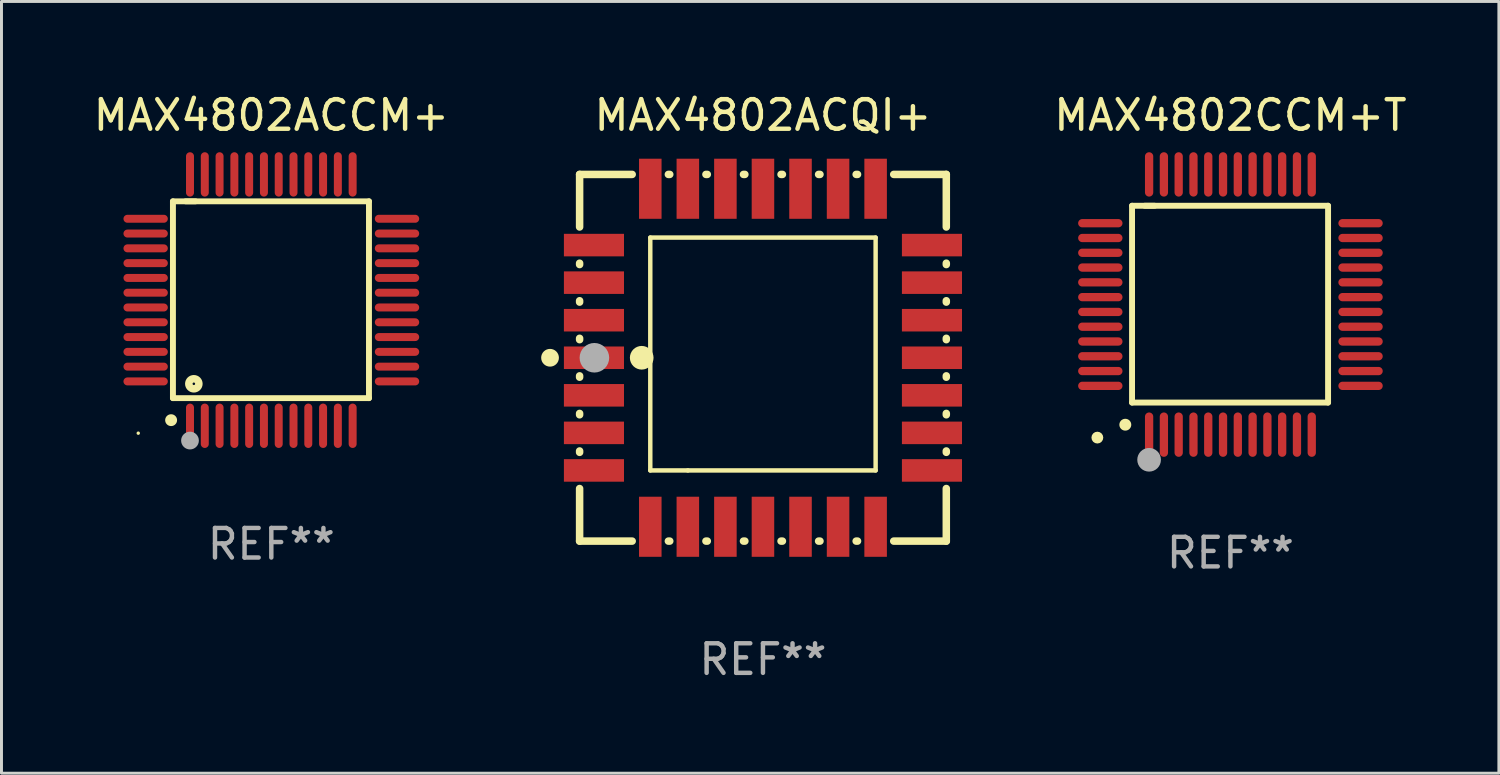
<source format=kicad_pcb>
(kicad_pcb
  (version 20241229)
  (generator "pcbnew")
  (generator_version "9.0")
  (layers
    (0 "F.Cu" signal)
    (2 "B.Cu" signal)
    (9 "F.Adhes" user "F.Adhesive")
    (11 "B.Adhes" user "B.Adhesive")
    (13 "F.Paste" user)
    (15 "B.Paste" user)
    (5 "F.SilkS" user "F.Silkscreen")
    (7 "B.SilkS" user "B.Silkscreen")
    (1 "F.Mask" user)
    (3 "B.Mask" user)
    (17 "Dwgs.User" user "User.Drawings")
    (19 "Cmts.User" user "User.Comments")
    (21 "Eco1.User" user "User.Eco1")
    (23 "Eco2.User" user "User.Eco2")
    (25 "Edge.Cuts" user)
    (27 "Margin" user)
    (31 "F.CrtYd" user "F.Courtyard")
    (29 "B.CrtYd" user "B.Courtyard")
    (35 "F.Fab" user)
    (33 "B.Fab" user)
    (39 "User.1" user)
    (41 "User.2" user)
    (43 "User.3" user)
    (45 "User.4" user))
  (footprint "MAX4802ACQI+"
    (layer "F.Cu")
    (at 22.75 9.048)
    (property "Reference" "MAX4802ACQI+" (at 0 -8.2 0) (layer "F.SilkS") (effects (font (size 1 1) (thickness 0.15))))
    (attr through_hole)
    (fp_line (start -6.2 -6.2) (end -4.422 -6.2) (stroke (width 0.254) (type solid)) (layer "F.SilkS"))
    (fp_line (start -6.2 -4.422) (end -6.2 -6.2) (stroke (width 0.254) (type solid)) (layer "F.SilkS"))
    (fp_line (start -6.2 -3.152) (end -6.2 -3.198) (stroke (width 0.254) (type solid)) (layer "F.SilkS"))
    (fp_line (start -6.2 -1.882) (end -6.2 -1.928) (stroke (width 0.254) (type solid)) (layer "F.SilkS"))
    (fp_line (start -6.2 -0.612) (end -6.2 -0.658) (stroke (width 0.254) (type solid)) (layer "F.SilkS"))
    (fp_line (start -6.2 0.658) (end -6.2 0.612) (stroke (width 0.254) (type solid)) (layer "F.SilkS"))
    (fp_line (start -6.2 1.928) (end -6.2 1.882) (stroke (width 0.254) (type solid)) (layer "F.SilkS"))
    (fp_line (start -6.2 3.198) (end -6.2 3.152) (stroke (width 0.254) (type solid)) (layer "F.SilkS"))
    (fp_line (start -6.2 6.2) (end -6.2 4.422) (stroke (width 0.254) (type solid)) (layer "F.SilkS"))
    (fp_line (start -4.422 6.2) (end -6.2 6.2) (stroke (width 0.254) (type solid)) (layer "F.SilkS"))
    (fp_line (start -3.81 -4.064) (end 3.81 -4.064) (stroke (width 0.15) (type solid)) (layer "F.SilkS"))
    (fp_line (start -3.81 3.81) (end -3.81 -4.064) (stroke (width 0.15) (type solid)) (layer "F.SilkS"))
    (fp_line (start -3.198 -6.2) (end -3.152 -6.2) (stroke (width 0.254) (type solid)) (layer "F.SilkS"))
    (fp_line (start -3.152 6.2) (end -3.198 6.2) (stroke (width 0.254) (type solid)) (layer "F.SilkS"))
    (fp_line (start -2.54 3.81) (end -3.81 3.81) (stroke (width 0.15) (type solid)) (layer "F.SilkS"))
    (fp_line (start -1.928 -6.2) (end -1.882 -6.2) (stroke (width 0.254) (type solid)) (layer "F.SilkS"))
    (fp_line (start -1.882 6.2) (end -1.928 6.2) (stroke (width 0.254) (type solid)) (layer "F.SilkS"))
    (fp_line (start -0.658 -6.2) (end -0.612 -6.2) (stroke (width 0.254) (type solid)) (layer "F.SilkS"))
    (fp_line (start -0.612 6.2) (end -0.658 6.2) (stroke (width 0.254) (type solid)) (layer "F.SilkS"))
    (fp_line (start 0.612 -6.2) (end 0.658 -6.2) (stroke (width 0.254) (type solid)) (layer "F.SilkS"))
    (fp_line (start 0.658 6.2) (end 0.612 6.2) (stroke (width 0.254) (type solid)) (layer "F.SilkS"))
    (fp_line (start 1.882 -6.2) (end 1.928 -6.2) (stroke (width 0.254) (type solid)) (layer "F.SilkS"))
    (fp_line (start 1.928 6.2) (end 1.882 6.2) (stroke (width 0.254) (type solid)) (layer "F.SilkS"))
    (fp_line (start 3.152 -6.2) (end 3.198 -6.2) (stroke (width 0.254) (type solid)) (layer "F.SilkS"))
    (fp_line (start 3.198 6.2) (end 3.152 6.2) (stroke (width 0.254) (type solid)) (layer "F.SilkS"))
    (fp_line (start 3.81 -4.064) (end 3.81 3.81) (stroke (width 0.15) (type solid)) (layer "F.SilkS"))
    (fp_line (start 3.81 3.81) (end -2.54 3.81) (stroke (width 0.15) (type solid)) (layer "F.SilkS"))
    (fp_line (start 4.422 -6.2) (end 6.2 -6.2) (stroke (width 0.254) (type solid)) (layer "F.SilkS"))
    (fp_line (start 6.2 -6.2) (end 6.2 -4.422) (stroke (width 0.254) (type solid)) (layer "F.SilkS"))
    (fp_line (start 6.2 -3.198) (end 6.2 -3.152) (stroke (width 0.254) (type solid)) (layer "F.SilkS"))
    (fp_line (start 6.2 -1.928) (end 6.2 -1.882) (stroke (width 0.254) (type solid)) (layer "F.SilkS"))
    (fp_line (start 6.2 -0.658) (end 6.2 -0.612) (stroke (width 0.254) (type solid)) (layer "F.SilkS"))
    (fp_line (start 6.2 0.612) (end 6.2 0.658) (stroke (width 0.254) (type solid)) (layer "F.SilkS"))
    (fp_line (start 6.2 1.882) (end 6.2 1.928) (stroke (width 0.254) (type solid)) (layer "F.SilkS"))
    (fp_line (start 6.2 3.152) (end 6.2 3.198) (stroke (width 0.254) (type solid)) (layer "F.SilkS"))
    (fp_line (start 6.2 4.422) (end 6.2 6.2) (stroke (width 0.254) (type solid)) (layer "F.SilkS"))
    (fp_line (start 6.2 6.2) (end 4.422 6.2) (stroke (width 0.254) (type solid)) (layer "F.SilkS"))
    (fp_circle (center -7.2 0) (end -7.05 0) (stroke (width 0.3) (type solid)) (fill no) (layer "F.SilkS"))
    (fp_circle (center -6.223 6.223) (end -6.193 6.223) (stroke (width 0.06) (type solid)) (fill no) (layer "F.SilkS"))
    (fp_circle (center -4.1 0) (end -3.9 0) (stroke (width 0.4) (type solid)) (fill no) (layer "F.SilkS"))
    (fp_circle (center -5.7 0) (end -5.45 0) (stroke (width 0.5) (type solid)) (fill no) (layer "F.Fab"))
    (fp_text user "REF**" (at 0 10.2 0) (layer "F.Fab") (effects (font (size 1 1) (thickness 0.15))))
    (pad "1" smd rect (at -5.715 0) (size 2.032 0.762) (layers "F.Cu" "F.Mask" "F.Paste"))
    (pad "2" smd rect (at -5.715 1.27) (size 2.032 0.762) (layers "F.Cu" "F.Mask" "F.Paste"))
    (pad "3" smd rect (at -5.715 2.54) (size 2.032 0.762) (layers "F.Cu" "F.Mask" "F.Paste"))
    (pad "4" smd rect (at -5.715 3.81) (size 2.032 0.762) (layers "F.Cu" "F.Mask" "F.Paste"))
    (pad "5" smd rect (at -3.81 5.715) (size 0.762 2.032) (layers "F.Cu" "F.Mask" "F.Paste"))
    (pad "6" smd rect (at -2.54 5.715) (size 0.762 2.032) (layers "F.Cu" "F.Mask" "F.Paste"))
    (pad "7" smd rect (at -1.27 5.715) (size 0.762 2.032) (layers "F.Cu" "F.Mask" "F.Paste"))
    (pad "8" smd rect (at 0 5.715) (size 0.762 2.032) (layers "F.Cu" "F.Mask" "F.Paste"))
    (pad "9" smd rect (at 1.27 5.715) (size 0.762 2.032) (layers "F.Cu" "F.Mask" "F.Paste"))
    (pad "10" smd rect (at 2.54 5.715) (size 0.762 2.032) (layers "F.Cu" "F.Mask" "F.Paste"))
    (pad "11" smd rect (at 3.81 5.715) (size 0.762 2.032) (layers "F.Cu" "F.Mask" "F.Paste"))
    (pad "12" smd rect (at 5.715 3.81) (size 2.032 0.762) (layers "F.Cu" "F.Mask" "F.Paste"))
    (pad "13" smd rect (at 5.715 2.54) (size 2.032 0.762) (layers "F.Cu" "F.Mask" "F.Paste"))
    (pad "14" smd rect (at 5.715 1.27) (size 2.032 0.762) (layers "F.Cu" "F.Mask" "F.Paste"))
    (pad "15" smd rect (at 5.715 0) (size 2.032 0.762) (layers "F.Cu" "F.Mask" "F.Paste"))
    (pad "16" smd rect (at 5.715 -1.27) (size 2.032 0.762) (layers "F.Cu" "F.Mask" "F.Paste"))
    (pad "17" smd rect (at 5.715 -2.54) (size 2.032 0.762) (layers "F.Cu" "F.Mask" "F.Paste"))
    (pad "18" smd rect (at 5.715 -3.81) (size 2.032 0.762) (layers "F.Cu" "F.Mask" "F.Paste"))
    (pad "19" smd rect (at 3.81 -5.715) (size 0.762 2.032) (layers "F.Cu" "F.Mask" "F.Paste"))
    (pad "20" smd rect (at 2.54 -5.715) (size 0.762 2.032) (layers "F.Cu" "F.Mask" "F.Paste"))
    (pad "21" smd rect (at 1.27 -5.715) (size 0.762 2.032) (layers "F.Cu" "F.Mask" "F.Paste"))
    (pad "22" smd rect (at 0 -5.715) (size 0.762 2.032) (layers "F.Cu" "F.Mask" "F.Paste"))
    (pad "23" smd rect (at -1.27 -5.715) (size 0.762 2.032) (layers "F.Cu" "F.Mask" "F.Paste"))
    (pad "24" smd rect (at -2.54 -5.715) (size 0.762 2.032) (layers "F.Cu" "F.Mask" "F.Paste"))
    (pad "25" smd rect (at -3.81 -5.715) (size 0.762 2.032) (layers "F.Cu" "F.Mask" "F.Paste"))
    (pad "26" smd rect (at -5.715 -3.81) (size 2.032 0.762) (layers "F.Cu" "F.Mask" "F.Paste"))
    (pad "27" smd rect (at -5.715 -2.54) (size 2.032 0.762) (layers "F.Cu" "F.Mask" "F.Paste"))
    (pad "28" smd rect (at -5.715 -1.27) (size 2.032 0.762) (layers "F.Cu" "F.Mask" "F.Paste")))
  (footprint "MAX4802ACCM+"
    (layer "F.Cu")
    (at 6.125 7.098)
    (property "Reference" "MAX4802ACCM+" (at 0 -6.25 0) (layer "F.SilkS") (effects (font (size 1 1) (thickness 0.15))))
    (attr through_hole)
    (fp_line (start -3.327 -3.34) (end -2.565 -3.34) (stroke (width 0.2) (type solid)) (layer "F.SilkS"))
    (fp_line (start -3.327 3.315) (end -3.327 -3.34) (stroke (width 0.2) (type solid)) (layer "F.SilkS"))
    (fp_line (start -2.896 -3.34) (end 3.302 -3.34) (stroke (width 0.2) (type solid)) (layer "F.SilkS"))
    (fp_line (start 3.302 -3.34) (end 3.302 3.315) (stroke (width 0.2) (type solid)) (layer "F.SilkS"))
    (fp_line (start 3.302 3.315) (end -3.327 3.315) (stroke (width 0.2) (type solid)) (layer "F.SilkS"))
    (fp_arc (start -3.389992 4.059995) (mid -3.388722 4.059991) (end -3.387452 4.059995) (stroke (width 0.4) (type solid)) (layer "F.SilkS"))
    (fp_circle (center -4.5 4.5) (end -4.47 4.5) (stroke (width 0.06) (type solid)) (fill no) (layer "F.SilkS"))
    (fp_circle (center -2.62 2.83) (end -2.45 2.83) (stroke (width 0.254) (type solid)) (fill no) (layer "F.SilkS"))
    (fp_circle (center -2.75 4.75) (end -2.6 4.75) (stroke (width 0.3) (type solid)) (fill no) (layer "F.Fab"))
    (fp_text user "REF**" (at 0 8.25 0) (layer "F.Fab") (effects (font (size 1 1) (thickness 0.15))))
    (pad "1" smd oval (at -2.75 4.25) (size 0.27 1.5) (layers "F.Cu" "F.Mask" "F.Paste"))
    (pad "2" smd oval (at -2.25 4.25) (size 0.27 1.5) (layers "F.Cu" "F.Mask" "F.Paste"))
    (pad "3" smd oval (at -1.75 4.25) (size 0.27 1.5) (layers "F.Cu" "F.Mask" "F.Paste"))
    (pad "4" smd oval (at -1.25 4.25) (size 0.27 1.5) (layers "F.Cu" "F.Mask" "F.Paste"))
    (pad "5" smd oval (at -0.75 4.25) (size 0.27 1.5) (layers "F.Cu" "F.Mask" "F.Paste"))
    (pad "6" smd oval (at -0.25 4.25) (size 0.27 1.5) (layers "F.Cu" "F.Mask" "F.Paste"))
    (pad "7" smd oval (at 0.25 4.25) (size 0.27 1.5) (layers "F.Cu" "F.Mask" "F.Paste"))
    (pad "8" smd oval (at 0.75 4.25) (size 0.27 1.5) (layers "F.Cu" "F.Mask" "F.Paste"))
    (pad "9" smd oval (at 1.25 4.25) (size 0.27 1.5) (layers "F.Cu" "F.Mask" "F.Paste"))
    (pad "10" smd oval (at 1.75 4.25) (size 0.27 1.5) (layers "F.Cu" "F.Mask" "F.Paste"))
    (pad "11" smd oval (at 2.25 4.25) (size 0.27 1.5) (layers "F.Cu" "F.Mask" "F.Paste"))
    (pad "12" smd oval (at 2.75 4.25) (size 0.27 1.5) (layers "F.Cu" "F.Mask" "F.Paste"))
    (pad "13" smd oval (at 4.25 2.75) (size 1.5 0.27) (layers "F.Cu" "F.Mask" "F.Paste"))
    (pad "14" smd oval (at 4.25 2.25) (size 1.5 0.27) (layers "F.Cu" "F.Mask" "F.Paste"))
    (pad "15" smd oval (at 4.25 1.75) (size 1.5 0.27) (layers "F.Cu" "F.Mask" "F.Paste"))
    (pad "16" smd oval (at 4.25 1.25) (size 1.5 0.27) (layers "F.Cu" "F.Mask" "F.Paste"))
    (pad "17" smd oval (at 4.25 0.75) (size 1.5 0.27) (layers "F.Cu" "F.Mask" "F.Paste"))
    (pad "18" smd oval (at 4.25 0.25) (size 1.5 0.27) (layers "F.Cu" "F.Mask" "F.Paste"))
    (pad "19" smd oval (at 4.25 -0.25) (size 1.5 0.27) (layers "F.Cu" "F.Mask" "F.Paste"))
    (pad "20" smd oval (at 4.25 -0.75) (size 1.5 0.27) (layers "F.Cu" "F.Mask" "F.Paste"))
    (pad "21" smd oval (at 4.25 -1.25) (size 1.5 0.27) (layers "F.Cu" "F.Mask" "F.Paste"))
    (pad "22" smd oval (at 4.25 -1.75) (size 1.5 0.27) (layers "F.Cu" "F.Mask" "F.Paste"))
    (pad "23" smd oval (at 4.25 -2.25) (size 1.5 0.27) (layers "F.Cu" "F.Mask" "F.Paste"))
    (pad "24" smd oval (at 4.25 -2.75) (size 1.5 0.27) (layers "F.Cu" "F.Mask" "F.Paste"))
    (pad "25" smd oval (at 2.75 -4.25) (size 0.27 1.5) (layers "F.Cu" "F.Mask" "F.Paste"))
    (pad "26" smd oval (at 2.25 -4.25) (size 0.27 1.5) (layers "F.Cu" "F.Mask" "F.Paste"))
    (pad "27" smd oval (at 1.75 -4.25) (size 0.27 1.5) (layers "F.Cu" "F.Mask" "F.Paste"))
    (pad "28" smd oval (at 1.25 -4.25) (size 0.27 1.5) (layers "F.Cu" "F.Mask" "F.Paste"))
    (pad "29" smd oval (at 0.75 -4.25) (size 0.27 1.5) (layers "F.Cu" "F.Mask" "F.Paste"))
    (pad "30" smd oval (at 0.25 -4.25) (size 0.27 1.5) (layers "F.Cu" "F.Mask" "F.Paste"))
    (pad "31" smd oval (at -0.25 -4.25) (size 0.27 1.5) (layers "F.Cu" "F.Mask" "F.Paste"))
    (pad "32" smd oval (at -0.75 -4.25) (size 0.27 1.5) (layers "F.Cu" "F.Mask" "F.Paste"))
    (pad "33" smd oval (at -1.25 -4.25) (size 0.27 1.5) (layers "F.Cu" "F.Mask" "F.Paste"))
    (pad "34" smd oval (at -1.75 -4.25) (size 0.27 1.5) (layers "F.Cu" "F.Mask" "F.Paste"))
    (pad "35" smd oval (at -2.25 -4.25) (size 0.27 1.5) (layers "F.Cu" "F.Mask" "F.Paste"))
    (pad "36" smd oval (at -2.75 -4.25) (size 0.27 1.5) (layers "F.Cu" "F.Mask" "F.Paste"))
    (pad "37" smd oval (at -4.25 -2.75) (size 1.5 0.27) (layers "F.Cu" "F.Mask" "F.Paste"))
    (pad "38" smd oval (at -4.25 -2.25) (size 1.5 0.27) (layers "F.Cu" "F.Mask" "F.Paste"))
    (pad "39" smd oval (at -4.25 -1.75) (size 1.5 0.27) (layers "F.Cu" "F.Mask" "F.Paste"))
    (pad "40" smd oval (at -4.25 -1.25) (size 1.5 0.27) (layers "F.Cu" "F.Mask" "F.Paste"))
    (pad "41" smd oval (at -4.25 -0.75) (size 1.5 0.27) (layers "F.Cu" "F.Mask" "F.Paste"))
    (pad "42" smd oval (at -4.25 -0.25) (size 1.5 0.27) (layers "F.Cu" "F.Mask" "F.Paste"))
    (pad "43" smd oval (at -4.25 0.25) (size 1.5 0.27) (layers "F.Cu" "F.Mask" "F.Paste"))
    (pad "44" smd oval (at -4.25 0.75) (size 1.5 0.27) (layers "F.Cu" "F.Mask" "F.Paste"))
    (pad "45" smd oval (at -4.25 1.25) (size 1.5 0.27) (layers "F.Cu" "F.Mask" "F.Paste"))
    (pad "46" smd oval (at -4.25 1.75) (size 1.5 0.27) (layers "F.Cu" "F.Mask" "F.Paste"))
    (pad "47" smd oval (at -4.25 2.25) (size 1.5 0.27) (layers "F.Cu" "F.Mask" "F.Paste"))
    (pad "48" smd oval (at -4.25 2.75) (size 1.5 0.27) (layers "F.Cu" "F.Mask" "F.Paste")))
  (footprint "MAX4802CCM+T"
    (layer "F.Cu")
    (at 38.558 7.248)
    (property "Reference" "MAX4802CCM+T" (at 0 -6.4 0) (layer "F.SilkS") (effects (font (size 1 1) (thickness 0.15))))
    (attr through_hole)
    (fp_line (start -3.327 -3.34) (end -2.565 -3.34) (stroke (width 0.2) (type solid)) (layer "F.SilkS"))
    (fp_line (start -3.327 3.315) (end -3.327 -3.34) (stroke (width 0.2) (type solid)) (layer "F.SilkS"))
    (fp_line (start -2.896 -3.34) (end 3.302 -3.34) (stroke (width 0.2) (type solid)) (layer "F.SilkS"))
    (fp_line (start 3.302 -3.34) (end 3.302 3.315) (stroke (width 0.2) (type solid)) (layer "F.SilkS"))
    (fp_line (start 3.302 3.315) (end -3.327 3.315) (stroke (width 0.2) (type solid)) (layer "F.SilkS"))
    (fp_arc (start -3.556007 4.064008) (mid -3.554737 4.064004) (end -3.553467 4.064008) (stroke (width 0.4) (type solid)) (layer "F.SilkS"))
    (fp_circle (center -4.5 4.5) (end -4.4 4.5) (stroke (width 0.2) (type solid)) (fill no) (layer "F.SilkS"))
    (fp_circle (center -2.75 5.25) (end -2.55 5.25) (stroke (width 0.4) (type solid)) (fill no) (layer "F.Fab"))
    (fp_text user "REF**" (at 0 8.4 0) (layer "F.Fab") (effects (font (size 1 1) (thickness 0.15))))
    (pad "1" smd oval (at -2.75 4.4 180) (size 0.28 1.5) (layers "F.Cu" "F.Mask" "F.Paste"))
    (pad "2" smd oval (at -2.25 4.4 180) (size 0.28 1.5) (layers "F.Cu" "F.Mask" "F.Paste"))
    (pad "3" smd oval (at -1.75 4.4 180) (size 0.28 1.5) (layers "F.Cu" "F.Mask" "F.Paste"))
    (pad "4" smd oval (at -1.25 4.4 180) (size 0.28 1.5) (layers "F.Cu" "F.Mask" "F.Paste"))
    (pad "5" smd oval (at -0.75 4.4 180) (size 0.28 1.5) (layers "F.Cu" "F.Mask" "F.Paste"))
    (pad "6" smd oval (at -0.25 4.4 180) (size 0.28 1.5) (layers "F.Cu" "F.Mask" "F.Paste"))
    (pad "7" smd oval (at 0.25 4.4 180) (size 0.28 1.5) (layers "F.Cu" "F.Mask" "F.Paste"))
    (pad "8" smd oval (at 0.75 4.4 180) (size 0.28 1.5) (layers "F.Cu" "F.Mask" "F.Paste"))
    (pad "9" smd oval (at 1.25 4.4 180) (size 0.28 1.5) (layers "F.Cu" "F.Mask" "F.Paste"))
    (pad "10" smd oval (at 1.75 4.4 180) (size 0.28 1.5) (layers "F.Cu" "F.Mask" "F.Paste"))
    (pad "11" smd oval (at 2.25 4.4 180) (size 0.28 1.5) (layers "F.Cu" "F.Mask" "F.Paste"))
    (pad "12" smd oval (at 2.75 4.4 180) (size 0.28 1.5) (layers "F.Cu" "F.Mask" "F.Paste"))
    (pad "13" smd oval (at 4.4 2.75 90) (size 0.28 1.5) (layers "F.Cu" "F.Mask" "F.Paste"))
    (pad "14" smd oval (at 4.4 2.25 90) (size 0.28 1.5) (layers "F.Cu" "F.Mask" "F.Paste"))
    (pad "15" smd oval (at 4.4 1.75 90) (size 0.28 1.5) (layers "F.Cu" "F.Mask" "F.Paste"))
    (pad "16" smd oval (at 4.4 1.25 90) (size 0.28 1.5) (layers "F.Cu" "F.Mask" "F.Paste"))
    (pad "17" smd oval (at 4.4 0.75 90) (size 0.28 1.5) (layers "F.Cu" "F.Mask" "F.Paste"))
    (pad "18" smd oval (at 4.4 0.25 90) (size 0.28 1.5) (layers "F.Cu" "F.Mask" "F.Paste"))
    (pad "19" smd oval (at 4.4 -0.25 90) (size 0.28 1.5) (layers "F.Cu" "F.Mask" "F.Paste"))
    (pad "20" smd oval (at 4.4 -0.75 90) (size 0.28 1.5) (layers "F.Cu" "F.Mask" "F.Paste"))
    (pad "21" smd oval (at 4.4 -1.25 90) (size 0.28 1.5) (layers "F.Cu" "F.Mask" "F.Paste"))
    (pad "22" smd oval (at 4.4 -1.75 90) (size 0.28 1.5) (layers "F.Cu" "F.Mask" "F.Paste"))
    (pad "23" smd oval (at 4.4 -2.25 90) (size 0.28 1.5) (layers "F.Cu" "F.Mask" "F.Paste"))
    (pad "24" smd oval (at 4.4 -2.75 90) (size 0.28 1.5) (layers "F.Cu" "F.Mask" "F.Paste"))
    (pad "25" smd oval (at 2.75 -4.4 180) (size 0.28 1.5) (layers "F.Cu" "F.Mask" "F.Paste"))
    (pad "26" smd oval (at 2.25 -4.4 180) (size 0.28 1.5) (layers "F.Cu" "F.Mask" "F.Paste"))
    (pad "27" smd oval (at 1.75 -4.4 180) (size 0.28 1.5) (layers "F.Cu" "F.Mask" "F.Paste"))
    (pad "28" smd oval (at 1.25 -4.4 180) (size 0.28 1.5) (layers "F.Cu" "F.Mask" "F.Paste"))
    (pad "29" smd oval (at 0.75 -4.4 180) (size 0.28 1.5) (layers "F.Cu" "F.Mask" "F.Paste"))
    (pad "30" smd oval (at 0.25 -4.4 180) (size 0.28 1.5) (layers "F.Cu" "F.Mask" "F.Paste"))
    (pad "31" smd oval (at -0.25 -4.4 180) (size 0.28 1.5) (layers "F.Cu" "F.Mask" "F.Paste"))
    (pad "32" smd oval (at -0.75 -4.4 180) (size 0.28 1.5) (layers "F.Cu" "F.Mask" "F.Paste"))
    (pad "33" smd oval (at -1.25 -4.4 180) (size 0.28 1.5) (layers "F.Cu" "F.Mask" "F.Paste"))
    (pad "34" smd oval (at -1.75 -4.4 180) (size 0.28 1.5) (layers "F.Cu" "F.Mask" "F.Paste"))
    (pad "35" smd oval (at -2.25 -4.4 180) (size 0.28 1.5) (layers "F.Cu" "F.Mask" "F.Paste"))
    (pad "36" smd oval (at -2.75 -4.4 180) (size 0.28 1.5) (layers "F.Cu" "F.Mask" "F.Paste"))
    (pad "37" smd oval (at -4.4 -2.75 90) (size 0.28 1.5) (layers "F.Cu" "F.Mask" "F.Paste"))
    (pad "38" smd oval (at -4.4 -2.25 90) (size 0.28 1.5) (layers "F.Cu" "F.Mask" "F.Paste"))
    (pad "39" smd oval (at -4.4 -1.75 90) (size 0.28 1.5) (layers "F.Cu" "F.Mask" "F.Paste"))
    (pad "40" smd oval (at -4.4 -1.25 90) (size 0.28 1.5) (layers "F.Cu" "F.Mask" "F.Paste"))
    (pad "41" smd oval (at -4.4 -0.75 90) (size 0.28 1.5) (layers "F.Cu" "F.Mask" "F.Paste"))
    (pad "42" smd oval (at -4.4 -0.25 90) (size 0.28 1.5) (layers "F.Cu" "F.Mask" "F.Paste"))
    (pad "43" smd oval (at -4.4 0.25 90) (size 0.28 1.5) (layers "F.Cu" "F.Mask" "F.Paste"))
    (pad "44" smd oval (at -4.4 0.75 90) (size 0.28 1.5) (layers "F.Cu" "F.Mask" "F.Paste"))
    (pad "45" smd oval (at -4.4 1.25 90) (size 0.28 1.5) (layers "F.Cu" "F.Mask" "F.Paste"))
    (pad "46" smd oval (at -4.4 1.75 90) (size 0.28 1.5) (layers "F.Cu" "F.Mask" "F.Paste"))
    (pad "47" smd oval (at -4.4 2.25 90) (size 0.28 1.5) (layers "F.Cu" "F.Mask" "F.Paste"))
    (pad "48" smd oval (at -4.4 2.75 90) (size 0.28 1.5) (layers "F.Cu" "F.Mask" "F.Paste")))
  (gr_rect
    (start -3 -3)
    (end 47.636 23.096)
    (stroke (width 0.1) (type default))
    (fill no)
    (layer "Edge.Cuts")))
</source>
